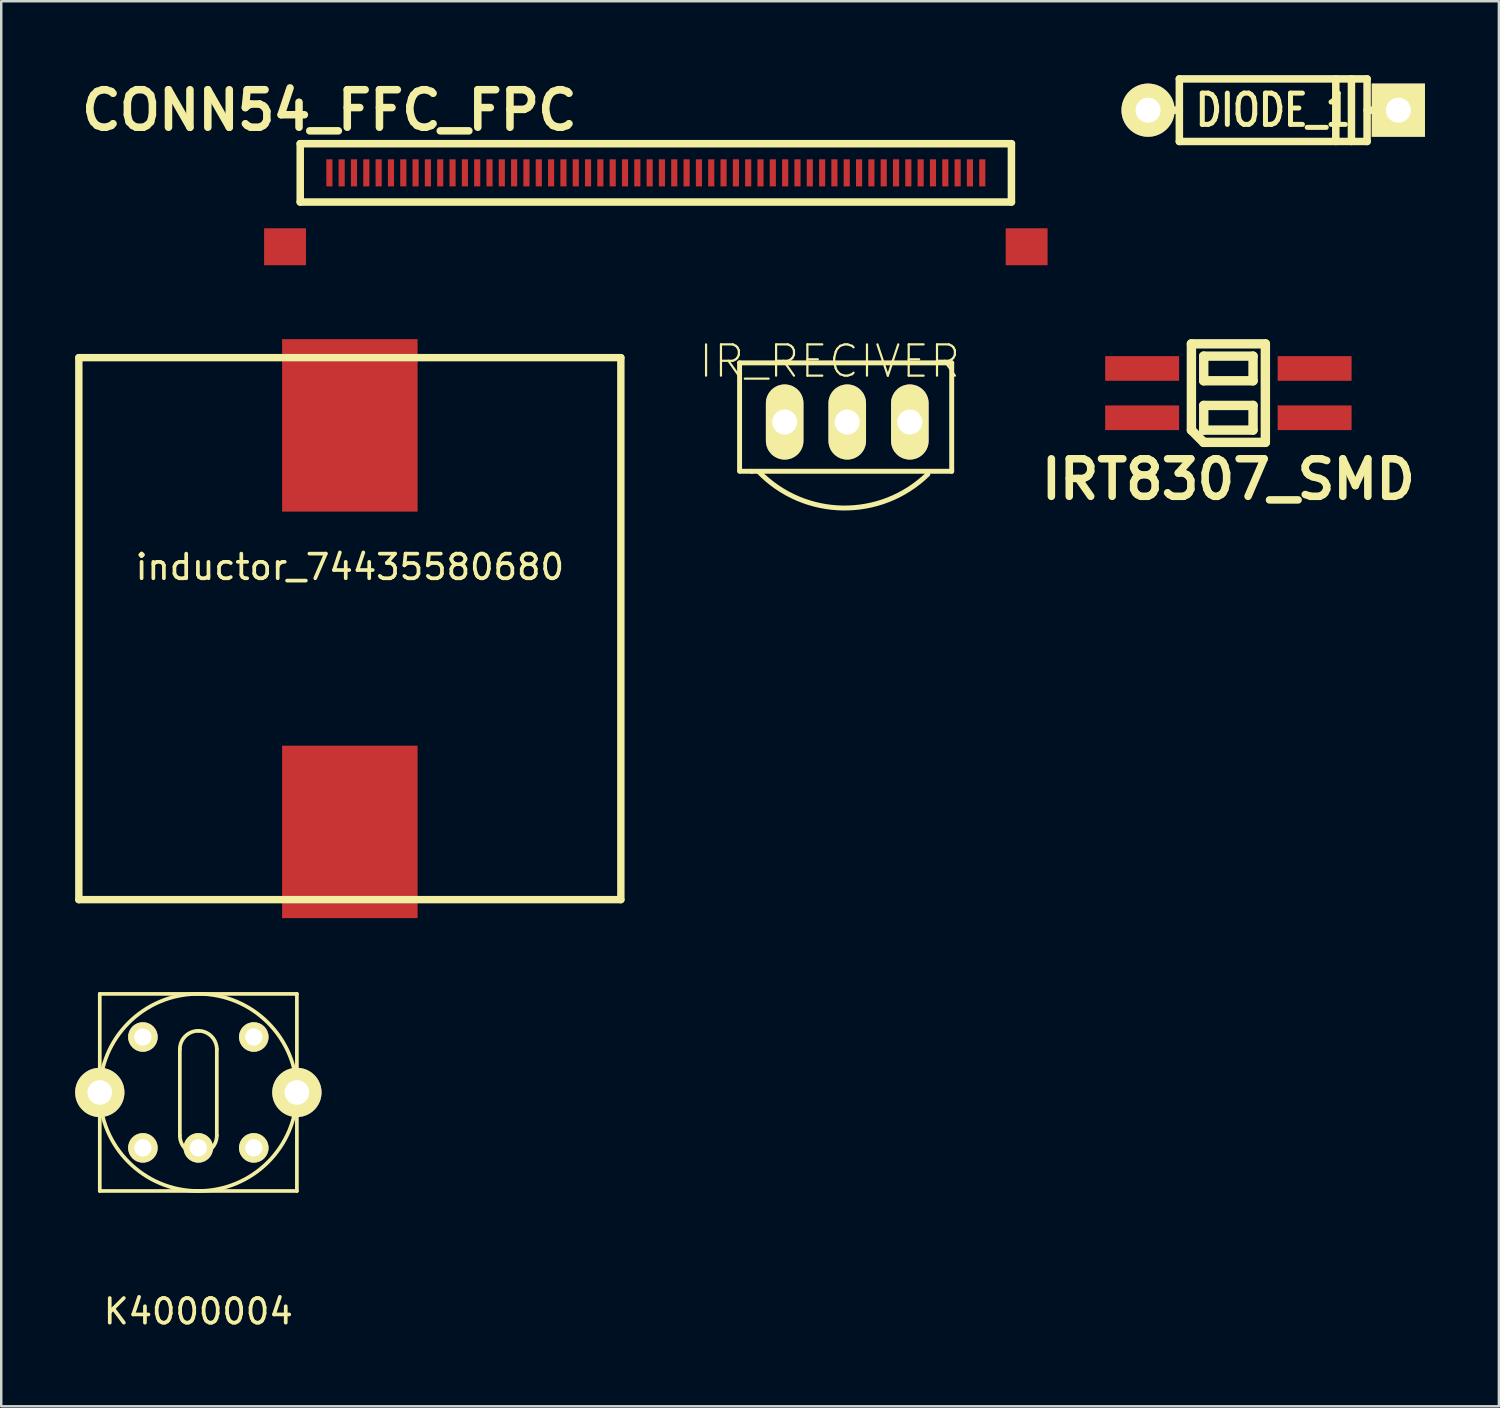
<source format=kicad_pcb>
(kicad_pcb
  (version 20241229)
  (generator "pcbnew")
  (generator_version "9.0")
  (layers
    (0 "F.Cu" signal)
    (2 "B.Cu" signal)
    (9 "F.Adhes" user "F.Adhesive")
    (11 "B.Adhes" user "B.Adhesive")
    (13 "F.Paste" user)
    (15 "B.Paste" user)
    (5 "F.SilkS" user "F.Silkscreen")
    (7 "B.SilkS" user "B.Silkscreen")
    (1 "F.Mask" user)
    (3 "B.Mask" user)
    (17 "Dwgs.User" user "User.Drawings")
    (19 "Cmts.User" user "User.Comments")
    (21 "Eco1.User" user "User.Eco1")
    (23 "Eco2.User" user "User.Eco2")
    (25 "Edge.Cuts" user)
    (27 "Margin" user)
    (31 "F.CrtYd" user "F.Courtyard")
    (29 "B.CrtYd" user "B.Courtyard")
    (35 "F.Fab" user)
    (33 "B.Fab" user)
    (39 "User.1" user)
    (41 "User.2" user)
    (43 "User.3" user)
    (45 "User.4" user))
  (footprint "inductor_74435580680"
    (layer "F.Cu")
    (at 11.15 22.466)
    (property "Reference" "inductor_74435580680" (at 0 -2.5 0) (layer "F.SilkS") (effects (font (size 1 1) (thickness 0.15))))
    (attr through_hole)
    (fp_line (start -11 -11) (end 11 -11) (stroke (width 0.3) (type solid)) (layer "F.SilkS"))
    (fp_line (start -11 11) (end -11 -11) (stroke (width 0.3) (type solid)) (layer "F.SilkS"))
    (fp_line (start 11 -11) (end 11 11) (stroke (width 0.3) (type solid)) (layer "F.SilkS"))
    (fp_line (start 11 11) (end -11 11) (stroke (width 0.3) (type solid)) (layer "F.SilkS"))
    (pad "1" smd rect (at 0 -8.25) (size 5.5 7) (layers "F.Cu" "F.Mask" "F.Paste"))
    (pad "2" smd rect (at 0 8.25) (size 5.5 7) (layers "F.Cu" "F.Mask" "F.Paste")))
  (footprint "K4000004"
    (layer "F.Cu")
    (at 5 41.291)
    (property "Reference" "K4000004" (at 0 8.89 0) (layer "F.SilkS") (effects (font (size 1 1) (thickness 0.15))))
    (attr through_hole)
    (fp_line (start -4 -4) (end 4 -4) (stroke (width 0.15) (type solid)) (layer "F.SilkS"))
    (fp_line (start -4 4) (end -4 -4) (stroke (width 0.15) (type solid)) (layer "F.SilkS"))
    (fp_line (start -0.75 -1.75) (end -0.75 1.75) (stroke (width 0.15) (type solid)) (layer "F.SilkS"))
    (fp_line (start 0.75 -1.75) (end 0.75 1.75) (stroke (width 0.15) (type solid)) (layer "F.SilkS"))
    (fp_line (start 4 -4) (end 4 4) (stroke (width 0.15) (type solid)) (layer "F.SilkS"))
    (fp_line (start 4 4) (end -4 4) (stroke (width 0.15) (type solid)) (layer "F.SilkS"))
    (fp_arc (start -0.75 -1.75) (mid -0.53033 -2.28033) (end 0 -2.5) (stroke (width 0.15) (type solid)) (layer "F.SilkS"))
    (fp_arc (start 0 -2.5) (mid 0.53033 -2.28033) (end 0.75 -1.75) (stroke (width 0.15) (type solid)) (layer "F.SilkS"))
    (fp_arc (start 0 2.5) (mid -0.53033 2.28033) (end -0.75 1.75) (stroke (width 0.15) (type solid)) (layer "F.SilkS"))
    (fp_arc (start 0.75 1.75) (mid 0.53033 2.28033) (end 0 2.5) (stroke (width 0.15) (type solid)) (layer "F.SilkS"))
    (fp_circle (center 0 0) (end 0 -4) (stroke (width 0.15) (type solid)) (fill no) (layer "F.SilkS"))
    (pad "1" thru_hole circle (at -2.25 2.25 90) (size 1.2 1.2) (drill 0.7) (layers "*.Cu" "*.Mask" "F.SilkS"))
    (pad "2" thru_hole circle (at 0 2.25 90) (size 1.2 1.2) (drill 0.7) (layers "*.Cu" "*.Mask" "F.SilkS"))
    (pad "3" thru_hole circle (at 2.25 2.25 90) (size 1.2 1.2) (drill 0.7) (layers "*.Cu" "*.Mask" "F.SilkS"))
    (pad "4" thru_hole circle (at -2.25 -2.25 90) (size 1.2 1.2) (drill 0.7) (layers "*.Cu" "*.Mask" "F.SilkS"))
    (pad "6" thru_hole circle (at 2.25 -2.25 90) (size 1.2 1.2) (drill 0.7) (layers "*.Cu" "*.Mask" "F.SilkS"))
    (pad "7" thru_hole circle (at 4 0) (size 2 2) (drill 1) (layers "*.Cu" "*.Mask" "F.SilkS"))
    (pad "8" thru_hole circle (at -4 0) (size 2 2) (drill 1) (layers "*.Cu" "*.Mask" "F.SilkS")))
  (footprint "CONN54_FFC_FPC"
    (layer "F.Cu")
    (at 10.32 3.966)
    (property "Reference" "CONN54_FFC_FPC" (at 0 -2.54 0) (layer "F.SilkS") (effects (font (size 1.524 1.524) (thickness 0.305))))
    (attr smd)
    (fp_line (start -1.184 -1.184) (end -1.184 1.184) (stroke (width 0.305) (type solid)) (layer "F.SilkS"))
    (fp_line (start -1.184 -1.184) (end 27.683 -1.184) (stroke (width 0.305) (type solid)) (layer "F.SilkS"))
    (fp_line (start -1.184 1.184) (end 27.683 1.184) (stroke (width 0.305) (type solid)) (layer "F.SilkS"))
    (fp_line (start 27.683 -1.184) (end 27.683 1.184) (stroke (width 0.305) (type solid)) (layer "F.SilkS"))
    (pad "" smd rect (at -1.8 3) (size 1.7 1.5) (layers "F.Cu" "F.Mask" "F.Paste"))
    (pad "" smd rect (at 28.3 3) (size 1.7 1.5) (layers "F.Cu" "F.Mask" "F.Paste"))
    (pad "1" smd rect (at 0 0) (size 0.249 1.1) (layers "F.Cu" "F.Mask" "F.Paste"))
    (pad "2" smd rect (at 0.498 0) (size 0.249 1.1) (layers "F.Cu" "F.Mask" "F.Paste"))
    (pad "3" smd rect (at 0.998 0) (size 0.249 1.1) (layers "F.Cu" "F.Mask" "F.Paste"))
    (pad "4" smd rect (at 1.499 0) (size 0.249 1.1) (layers "F.Cu" "F.Mask" "F.Paste"))
    (pad "5" smd rect (at 1.999 0) (size 0.249 1.1) (layers "F.Cu" "F.Mask" "F.Paste"))
    (pad "6" smd rect (at 2.499 0) (size 0.249 1.1) (layers "F.Cu" "F.Mask" "F.Paste"))
    (pad "7" smd rect (at 3 0) (size 0.249 1.1) (layers "F.Cu" "F.Mask" "F.Paste"))
    (pad "8" smd rect (at 3.498 0) (size 0.249 1.1) (layers "F.Cu" "F.Mask" "F.Paste"))
    (pad "9" smd rect (at 3.998 0) (size 0.249 1.1) (layers "F.Cu" "F.Mask" "F.Paste"))
    (pad "10" smd rect (at 4.498 0) (size 0.249 1.1) (layers "F.Cu" "F.Mask" "F.Paste"))
    (pad "11" smd rect (at 4.999 0) (size 0.249 1.1) (layers "F.Cu" "F.Mask" "F.Paste"))
    (pad "12" smd rect (at 5.499 0) (size 0.249 1.1) (layers "F.Cu" "F.Mask" "F.Paste"))
    (pad "13" smd rect (at 5.999 0) (size 0.249 1.1) (layers "F.Cu" "F.Mask" "F.Paste"))
    (pad "14" smd rect (at 6.5 0) (size 0.249 1.1) (layers "F.Cu" "F.Mask" "F.Paste"))
    (pad "15" smd rect (at 6.998 0) (size 0.249 1.1) (layers "F.Cu" "F.Mask" "F.Paste"))
    (pad "16" smd rect (at 7.498 0) (size 0.249 1.1) (layers "F.Cu" "F.Mask" "F.Paste"))
    (pad "17" smd rect (at 7.998 0) (size 0.249 1.1) (layers "F.Cu" "F.Mask" "F.Paste"))
    (pad "18" smd rect (at 8.499 0) (size 0.249 1.1) (layers "F.Cu" "F.Mask" "F.Paste"))
    (pad "19" smd rect (at 8.999 0) (size 0.249 1.1) (layers "F.Cu" "F.Mask" "F.Paste"))
    (pad "20" smd rect (at 9.5 0) (size 0.249 1.1) (layers "F.Cu" "F.Mask" "F.Paste"))
    (pad "21" smd rect (at 10 0) (size 0.249 1.1) (layers "F.Cu" "F.Mask" "F.Paste"))
    (pad "22" smd rect (at 10.498 0) (size 0.249 1.1) (layers "F.Cu" "F.Mask" "F.Paste"))
    (pad "23" smd rect (at 10.998 0) (size 0.249 1.1) (layers "F.Cu" "F.Mask" "F.Paste"))
    (pad "24" smd rect (at 11.499 0) (size 0.249 1.1) (layers "F.Cu" "F.Mask" "F.Paste"))
    (pad "25" smd rect (at 11.999 0) (size 0.249 1.1) (layers "F.Cu" "F.Mask" "F.Paste"))
    (pad "26" smd rect (at 12.499 0) (size 0.249 1.1) (layers "F.Cu" "F.Mask" "F.Paste"))
    (pad "27" smd rect (at 13 0) (size 0.249 1.1) (layers "F.Cu" "F.Mask" "F.Paste"))
    (pad "28" smd rect (at 13.498 0) (size 0.249 1.1) (layers "F.Cu" "F.Mask" "F.Paste"))
    (pad "29" smd rect (at 13.998 0) (size 0.249 1.1) (layers "F.Cu" "F.Mask" "F.Paste"))
    (pad "30" smd rect (at 14.498 0) (size 0.249 1.1) (layers "F.Cu" "F.Mask" "F.Paste"))
    (pad "31" smd rect (at 14.999 0) (size 0.249 1.1) (layers "F.Cu" "F.Mask" "F.Paste"))
    (pad "32" smd rect (at 15.499 0) (size 0.249 1.1) (layers "F.Cu" "F.Mask" "F.Paste"))
    (pad "33" smd rect (at 15.999 0) (size 0.249 1.1) (layers "F.Cu" "F.Mask" "F.Paste"))
    (pad "34" smd rect (at 16.5 0) (size 0.249 1.1) (layers "F.Cu" "F.Mask" "F.Paste"))
    (pad "35" smd rect (at 16.998 0) (size 0.249 1.1) (layers "F.Cu" "F.Mask" "F.Paste"))
    (pad "36" smd rect (at 17.498 0) (size 0.249 1.1) (layers "F.Cu" "F.Mask" "F.Paste"))
    (pad "37" smd rect (at 17.998 0) (size 0.249 1.1) (layers "F.Cu" "F.Mask" "F.Paste"))
    (pad "38" smd rect (at 18.499 0) (size 0.249 1.1) (layers "F.Cu" "F.Mask" "F.Paste"))
    (pad "39" smd rect (at 18.999 0) (size 0.249 1.1) (layers "F.Cu" "F.Mask" "F.Paste"))
    (pad "40" smd rect (at 19.5 0) (size 0.249 1.1) (layers "F.Cu" "F.Mask" "F.Paste"))
    (pad "41" smd rect (at 20 0) (size 0.249 1.1) (layers "F.Cu" "F.Mask" "F.Paste"))
    (pad "42" smd rect (at 20.498 0) (size 0.249 1.1) (layers "F.Cu" "F.Mask" "F.Paste"))
    (pad "43" smd rect (at 20.998 0) (size 0.249 1.1) (layers "F.Cu" "F.Mask" "F.Paste"))
    (pad "44" smd rect (at 21.499 0) (size 0.249 1.1) (layers "F.Cu" "F.Mask" "F.Paste"))
    (pad "45" smd rect (at 21.999 0) (size 0.249 1.1) (layers "F.Cu" "F.Mask" "F.Paste"))
    (pad "46" smd rect (at 22.499 0) (size 0.249 1.1) (layers "F.Cu" "F.Mask" "F.Paste"))
    (pad "47" smd rect (at 23 0) (size 0.249 1.1) (layers "F.Cu" "F.Mask" "F.Paste"))
    (pad "48" smd rect (at 23.498 0) (size 0.249 1.1) (layers "F.Cu" "F.Mask" "F.Paste"))
    (pad "49" smd rect (at 23.998 0) (size 0.249 1.1) (layers "F.Cu" "F.Mask" "F.Paste"))
    (pad "50" smd rect (at 24.498 0) (size 0.249 1.1) (layers "F.Cu" "F.Mask" "F.Paste"))
    (pad "51" smd rect (at 24.999 0) (size 0.249 1.1) (layers "F.Cu" "F.Mask" "F.Paste"))
    (pad "52" smd rect (at 25.499 0) (size 0.249 1.1) (layers "F.Cu" "F.Mask" "F.Paste"))
    (pad "53" smd rect (at 25.999 0) (size 0.249 1.1) (layers "F.Cu" "F.Mask" "F.Paste"))
    (pad "54" smd rect (at 26.5 0) (size 0.249 1.1) (layers "F.Cu" "F.Mask" "F.Paste")))
  (footprint "IR_RECIVER"
    (layer "F.Cu")
    (at 31.339 14.079)
    (property "Reference" "IR_RECIVER" (at -0.711 -2.464 0) (layer "F.SilkS") (effects (font (size 1.27 1.27) (thickness 0.089))))
    (attr exclude_from_pos_files exclude_from_bom)
    (fp_line (start -4.37 -2.4) (end -4.37 1.99) (stroke (width 0.2) (type solid)) (layer "F.SilkS"))
    (fp_line (start -4.37 -2.4) (end 4.24 -2.4) (stroke (width 0.2) (type solid)) (layer "F.SilkS"))
    (fp_line (start -4.36 2) (end -3.87 2) (stroke (width 0.2) (type solid)) (layer "F.SilkS"))
    (fp_line (start -3.87 2) (end 4.24 2) (stroke (width 0.2) (type solid)) (layer "F.SilkS"))
    (fp_line (start -2.794 -0.254) (end -2.286 -0.254) (stroke (width 0.066) (type solid)) (layer "F.SilkS"))
    (fp_line (start -2.794 0.254) (end -2.794 -0.254) (stroke (width 0.066) (type solid)) (layer "F.SilkS"))
    (fp_line (start -2.794 0.254) (end -2.286 0.254) (stroke (width 0.066) (type solid)) (layer "F.SilkS"))
    (fp_line (start -2.286 0.254) (end -2.286 -0.254) (stroke (width 0.066) (type solid)) (layer "F.SilkS"))
    (fp_line (start -0.254 -0.254) (end 0.254 -0.254) (stroke (width 0.066) (type solid)) (layer "F.SilkS"))
    (fp_line (start -0.254 0.254) (end -0.254 -0.254) (stroke (width 0.066) (type solid)) (layer "F.SilkS"))
    (fp_line (start -0.254 0.254) (end 0.254 0.254) (stroke (width 0.066) (type solid)) (layer "F.SilkS"))
    (fp_line (start 0.254 0.254) (end 0.254 -0.254) (stroke (width 0.066) (type solid)) (layer "F.SilkS"))
    (fp_line (start 2.286 -0.254) (end 2.794 -0.254) (stroke (width 0.066) (type solid)) (layer "F.SilkS"))
    (fp_line (start 2.286 0.254) (end 2.286 -0.254) (stroke (width 0.066) (type solid)) (layer "F.SilkS"))
    (fp_line (start 2.286 0.254) (end 2.794 0.254) (stroke (width 0.066) (type solid)) (layer "F.SilkS"))
    (fp_line (start 2.794 0.254) (end 2.794 -0.254) (stroke (width 0.066) (type solid)) (layer "F.SilkS"))
    (fp_line (start 4.24 -2.4) (end 4.24 2) (stroke (width 0.2) (type solid)) (layer "F.SilkS"))
    (fp_arc (start 3.27 2.12) (mid -0.180711 3.490753) (end -3.59 2.02) (stroke (width 0.2) (type solid)) (layer "F.SilkS"))
    (pad "1" thru_hole oval (at -2.54 0) (size 1.524 3.048) (drill 1.016) (layers "*.Cu" "*.Mask" "F.SilkS"))
    (pad "2" thru_hole oval (at 0 0) (size 1.524 3.048) (drill 1.016) (layers "*.Cu" "*.Mask" "F.SilkS"))
    (pad "3" thru_hole oval (at 2.54 0) (size 1.524 3.048) (drill 1.016) (layers "*.Cu" "*.Mask" "F.SilkS")))
  (footprint "IRT8307_SMD"
    (layer "F.Cu")
    (at 46.809 12.906)
    (property "Reference" "IRT8307_SMD" (at 0 3.5 0) (layer "F.SilkS") (effects (font (size 1.524 1.524) (thickness 0.305))))
    (attr through_hole)
    (fp_line (start -1.501 -1.999) (end -1.501 1.501) (stroke (width 0.381) (type solid)) (layer "F.SilkS"))
    (fp_line (start -1.501 -1.999) (end 1.501 -1.999) (stroke (width 0.381) (type solid)) (layer "F.SilkS"))
    (fp_line (start -1.501 1.501) (end -1.001 1.999) (stroke (width 0.381) (type solid)) (layer "F.SilkS"))
    (fp_line (start -1.001 -1.501) (end -1.001 -0.5) (stroke (width 0.381) (type solid)) (layer "F.SilkS"))
    (fp_line (start -1.001 -0.5) (end 1.001 -0.5) (stroke (width 0.381) (type solid)) (layer "F.SilkS"))
    (fp_line (start -1.001 0.5) (end -1.001 1.501) (stroke (width 0.381) (type solid)) (layer "F.SilkS"))
    (fp_line (start -1.001 1.501) (end 1.001 1.501) (stroke (width 0.381) (type solid)) (layer "F.SilkS"))
    (fp_line (start -1.001 1.999) (end 1.501 1.999) (stroke (width 0.381) (type solid)) (layer "F.SilkS"))
    (fp_line (start 1.001 -1.501) (end -1.001 -1.501) (stroke (width 0.381) (type solid)) (layer "F.SilkS"))
    (fp_line (start 1.001 -0.5) (end 1.001 -1.501) (stroke (width 0.381) (type solid)) (layer "F.SilkS"))
    (fp_line (start 1.001 0.5) (end -1.001 0.5) (stroke (width 0.381) (type solid)) (layer "F.SilkS"))
    (fp_line (start 1.001 1.501) (end 1.001 0.5) (stroke (width 0.381) (type solid)) (layer "F.SilkS"))
    (fp_line (start 1.501 -1.999) (end 1.501 1.999) (stroke (width 0.381) (type solid)) (layer "F.SilkS"))
    (pad "1" smd rect (at 3.5 1.001) (size 3 1.001) (layers "F.Cu" "F.Mask" "F.Paste"))
    (pad "2" smd rect (at -3.5 1.001) (size 3 1.001) (layers "F.Cu" "F.Mask" "F.Paste"))
    (pad "3" smd rect (at 3.5 -1.001) (size 3 1.001) (layers "F.Cu" "F.Mask" "F.Paste"))
    (pad "4" smd rect (at -3.5 -1.001) (size 3 1.001) (layers "F.Cu" "F.Mask" "F.Paste")))
  (footprint "DIODE_1"
    (layer "F.Cu")
    (at 48.629 1.422)
    (property "Reference" "DIODE_1" (at 0 0 0) (layer "F.SilkS") (effects (font (size 1.27 1.016) (thickness 0.203))))
    (attr through_hole)
    (fp_line (start -3.81 -1.27) (end 3.81 -1.27) (stroke (width 0.305) (type solid)) (layer "F.SilkS"))
    (fp_line (start -3.81 0) (end -5.08 0) (stroke (width 0.305) (type solid)) (layer "F.SilkS"))
    (fp_line (start -3.81 1.27) (end -3.81 -1.27) (stroke (width 0.305) (type solid)) (layer "F.SilkS"))
    (fp_line (start 2.54 1.27) (end 2.54 -1.27) (stroke (width 0.305) (type solid)) (layer "F.SilkS"))
    (fp_line (start 3.175 -1.27) (end 3.175 1.27) (stroke (width 0.305) (type solid)) (layer "F.SilkS"))
    (fp_line (start 3.81 -1.27) (end 3.81 1.27) (stroke (width 0.305) (type solid)) (layer "F.SilkS"))
    (fp_line (start 3.81 0) (end 5.08 0) (stroke (width 0.305) (type solid)) (layer "F.SilkS"))
    (fp_line (start 3.81 1.27) (end -3.81 1.27) (stroke (width 0.305) (type solid)) (layer "F.SilkS"))
    (pad "1" thru_hole circle (at -5.08 0) (size 2.159 2.159) (drill 1.016) (layers "*.Cu" "*.Mask" "F.SilkS"))
    (pad "2" thru_hole rect (at 5.08 0) (size 2.159 2.159) (drill 1.016) (layers "*.Cu" "*.Mask" "F.SilkS")))
  (gr_rect
    (start -3 -3)
    (end 57.789 54.03)
    (stroke (width 0.1) (type default))
    (fill no)
    (layer "Edge.Cuts")))
</source>
